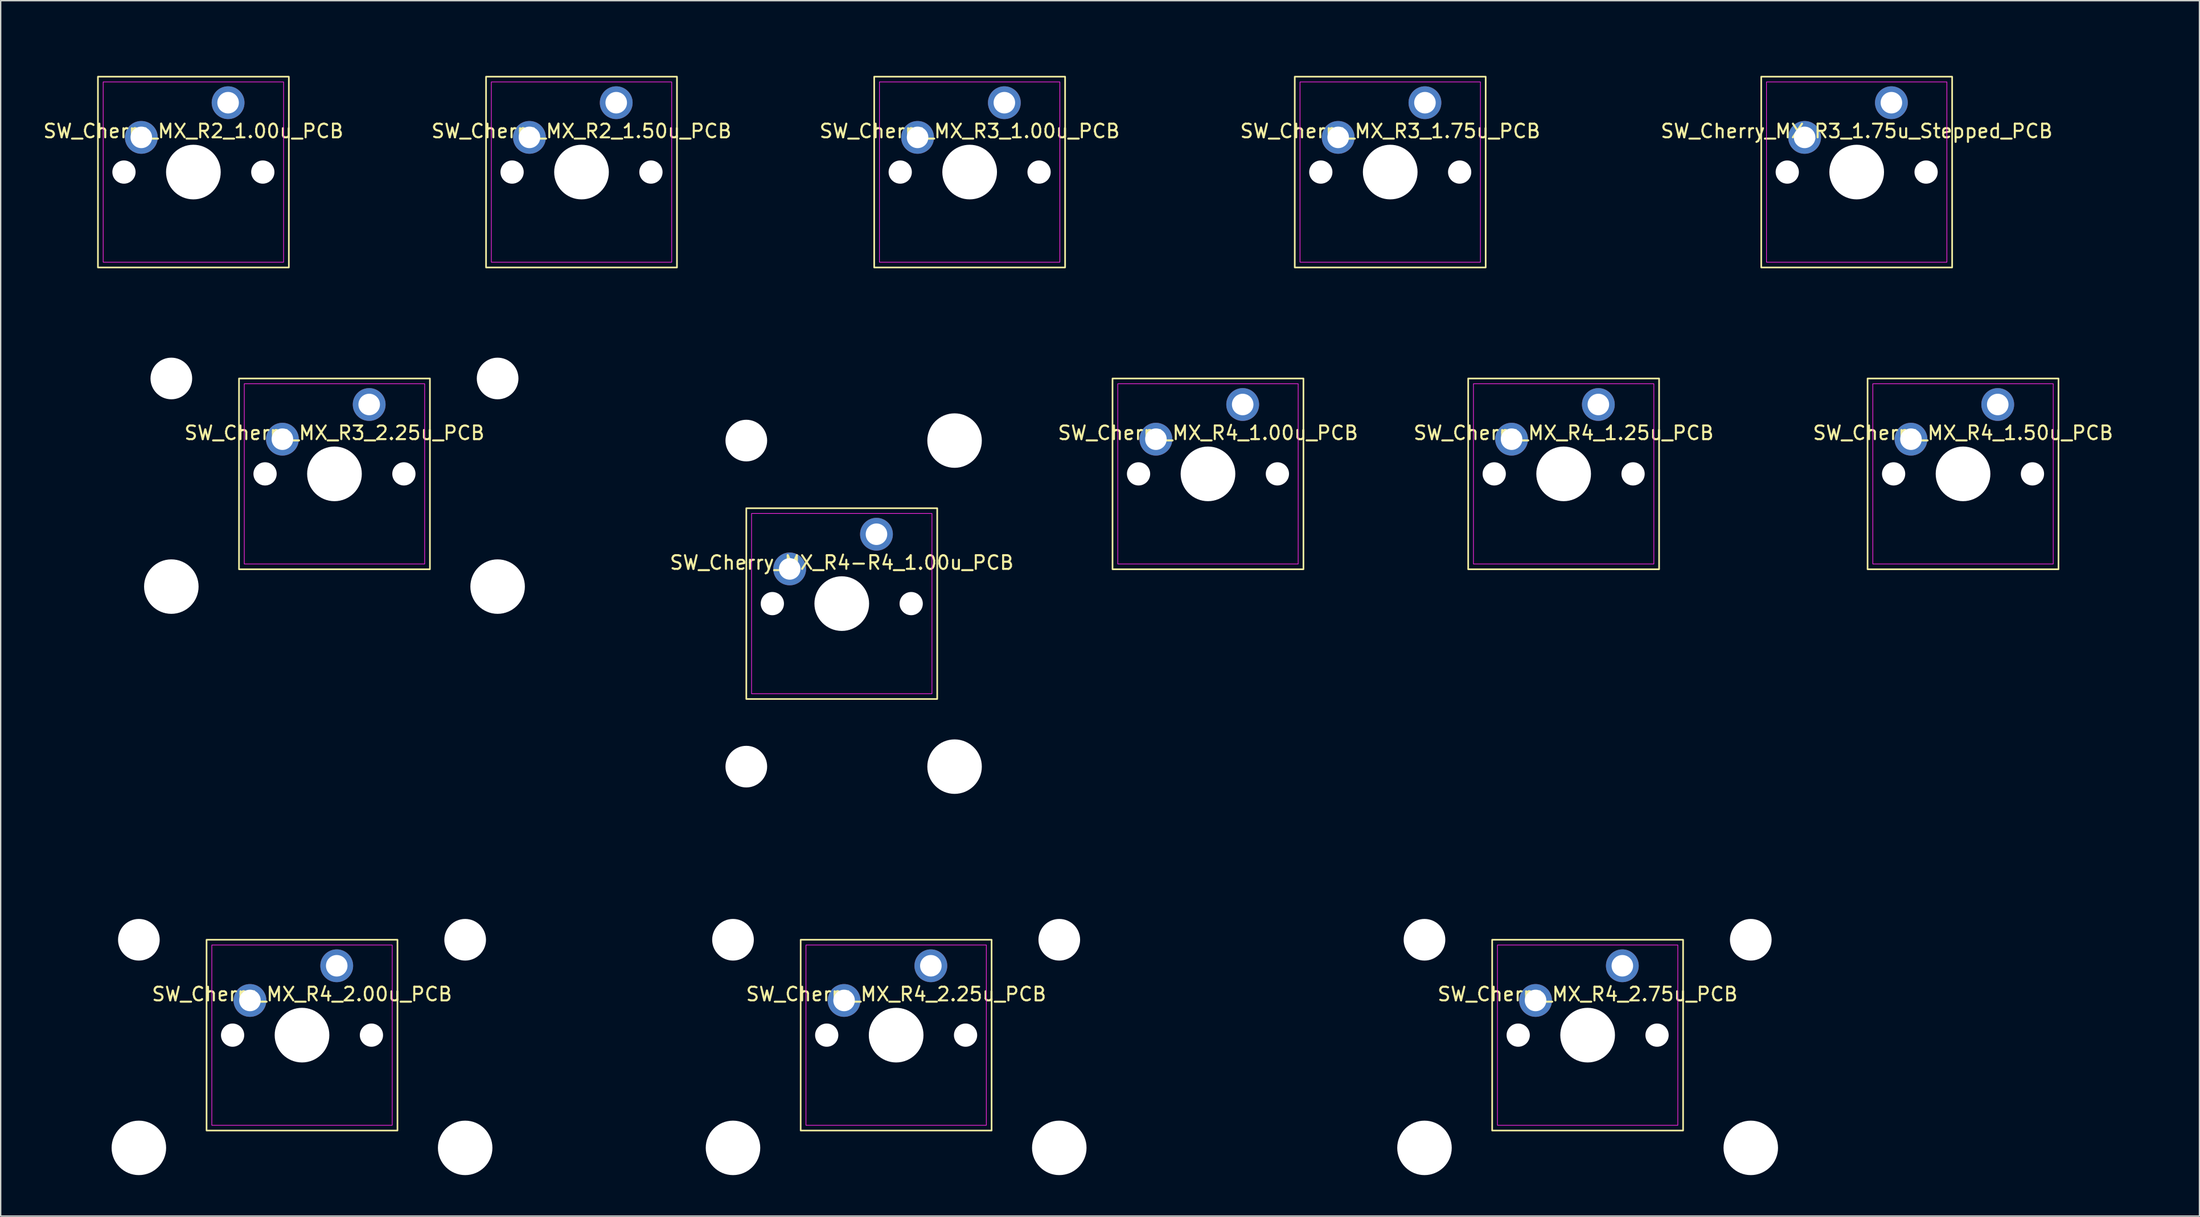
<source format=kicad_pcb>
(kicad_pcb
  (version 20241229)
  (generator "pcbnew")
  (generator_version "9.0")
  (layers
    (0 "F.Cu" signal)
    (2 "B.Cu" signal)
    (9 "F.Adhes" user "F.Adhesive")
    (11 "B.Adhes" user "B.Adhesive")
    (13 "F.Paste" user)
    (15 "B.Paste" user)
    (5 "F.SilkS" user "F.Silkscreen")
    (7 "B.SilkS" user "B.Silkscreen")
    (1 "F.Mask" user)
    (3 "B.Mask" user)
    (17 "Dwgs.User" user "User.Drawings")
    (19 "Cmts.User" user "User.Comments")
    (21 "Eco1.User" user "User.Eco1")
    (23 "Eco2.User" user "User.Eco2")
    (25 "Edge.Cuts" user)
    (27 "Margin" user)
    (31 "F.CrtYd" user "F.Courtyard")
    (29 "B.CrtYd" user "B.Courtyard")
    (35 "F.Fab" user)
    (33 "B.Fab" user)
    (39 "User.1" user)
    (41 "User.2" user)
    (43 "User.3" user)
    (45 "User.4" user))
  (footprint "SW_Cherry_MX_R3_2.25u_PCB"
    (layer "F.Cu")
    (at 21.425 31.65)
    (property "Reference" "SW_Cherry_MX_R3_2.25u_PCB" (at 0 -3 0) (layer "F.SilkS") (effects (font (size 1 1) (thickness 0.15))))
    (attr through_hole)
    (fp_rect (start -6.985 -6.985) (end 6.985 6.985) (stroke (width 0.12) (type default)) (fill no) (layer "F.SilkS"))
    (fp_rect (start -6.6 -6.6) (end 6.6 6.6) (stroke (width 0.05) (type default)) (fill no) (layer "F.CrtYd"))
    (fp_rect (start -21.375 -9.5) (end 21.375 9.5) (stroke (width 0.1) (type solid)) (fill no) (layer "User.1"))
    (pad "" np_thru_hole circle (at -11.938 -6.985) (size 3.048 3.048) (drill 3.048) (layers "*.Cu" "*.Mask"))
    (pad "" np_thru_hole circle (at -11.938 8.255) (size 3.988 3.988) (drill 3.988) (layers "*.Cu" "*.Mask"))
    (pad "" np_thru_hole circle (at -5.08 0) (size 1.7 1.7) (drill 1.7) (layers "*.Cu" "*.Mask"))
    (pad "" np_thru_hole circle (at 0 0) (size 4 4) (drill 4) (layers "*.Cu" "*.Mask"))
    (pad "" np_thru_hole circle (at 5.08 0) (size 1.7 1.7) (drill 1.7) (layers "*.Cu" "*.Mask"))
    (pad "" np_thru_hole circle (at 11.938 -6.985) (size 3.048 3.048) (drill 3.048) (layers "*.Cu" "*.Mask"))
    (pad "" np_thru_hole circle (at 11.938 8.255) (size 3.988 3.988) (drill 3.988) (layers "*.Cu" "*.Mask"))
    (pad "1" thru_hole circle (at 2.54 -5.08) (size 2.4 2.4) (drill 1.575) (layers "*.Cu" "*.Mask"))
    (pad "2" thru_hole circle (at -3.81 -2.54) (size 2.4 2.4) (drill 1.575) (layers "*.Cu" "*.Mask")))
  (footprint "SW_Cherry_MX_R3_1.00u_PCB"
    (layer "F.Cu")
    (at 67.904 9.55)
    (property "Reference" "SW_Cherry_MX_R3_1.00u_PCB" (at 0 -3 0) (layer "F.SilkS") (effects (font (size 1 1) (thickness 0.15))))
    (attr through_hole)
    (fp_rect (start -6.985 -6.985) (end 6.985 6.985) (stroke (width 0.12) (type default)) (fill no) (layer "F.SilkS"))
    (fp_rect (start -6.6 -6.6) (end 6.6 6.6) (stroke (width 0.05) (type default)) (fill no) (layer "F.CrtYd"))
    (fp_rect (start -9.5 -9.5) (end 9.5 9.5) (stroke (width 0.1) (type default)) (fill no) (layer "User.1"))
    (pad "" np_thru_hole circle (at -5.08 0) (size 1.7 1.7) (drill 1.7) (layers "*.Cu" "*.Mask"))
    (pad "" np_thru_hole circle (at 0 0) (size 4 4) (drill 4) (layers "*.Cu" "*.Mask"))
    (pad "" np_thru_hole circle (at 5.08 0) (size 1.7 1.7) (drill 1.7) (layers "*.Cu" "*.Mask"))
    (pad "1" thru_hole circle (at 2.54 -5.08) (size 2.4 2.4) (drill 1.575) (layers "*.Cu" "*.Mask"))
    (pad "2" thru_hole circle (at -3.81 -2.54) (size 2.4 2.4) (drill 1.575) (layers "*.Cu" "*.Mask")))
  (footprint "SW_Cherry_MX_R4_2.25u_PCB"
    (layer "F.Cu")
    (at 62.525 72.75)
    (property "Reference" "SW_Cherry_MX_R4_2.25u_PCB" (at 0 -3 0) (layer "F.SilkS") (effects (font (size 1 1) (thickness 0.15))))
    (attr through_hole)
    (fp_rect (start -6.985 -6.985) (end 6.985 6.985) (stroke (width 0.12) (type default)) (fill no) (layer "F.SilkS"))
    (fp_rect (start -6.6 -6.6) (end 6.6 6.6) (stroke (width 0.05) (type default)) (fill no) (layer "F.CrtYd"))
    (fp_rect (start -21.375 -9.5) (end 21.375 9.5) (stroke (width 0.1) (type solid)) (fill no) (layer "User.1"))
    (pad "" np_thru_hole circle (at -11.938 -6.985) (size 3.048 3.048) (drill 3.048) (layers "*.Cu" "*.Mask"))
    (pad "" np_thru_hole circle (at -11.938 8.255) (size 3.988 3.988) (drill 3.988) (layers "*.Cu" "*.Mask"))
    (pad "" np_thru_hole circle (at -5.08 0) (size 1.7 1.7) (drill 1.7) (layers "*.Cu" "*.Mask"))
    (pad "" np_thru_hole circle (at 0 0) (size 4 4) (drill 4) (layers "*.Cu" "*.Mask"))
    (pad "" np_thru_hole circle (at 5.08 0) (size 1.7 1.7) (drill 1.7) (layers "*.Cu" "*.Mask"))
    (pad "" np_thru_hole circle (at 11.938 -6.985) (size 3.048 3.048) (drill 3.048) (layers "*.Cu" "*.Mask"))
    (pad "" np_thru_hole circle (at 11.938 8.255) (size 3.988 3.988) (drill 3.988) (layers "*.Cu" "*.Mask"))
    (pad "1" thru_hole circle (at 2.54 -5.08) (size 2.4 2.4) (drill 1.575) (layers "*.Cu" "*.Mask"))
    (pad "2" thru_hole circle (at -3.81 -2.54) (size 2.4 2.4) (drill 1.575) (layers "*.Cu" "*.Mask")))
  (footprint "SW_Cherry_MX_R3_1.75u_PCB"
    (layer "F.Cu")
    (at 98.68 9.55)
    (property "Reference" "SW_Cherry_MX_R3_1.75u_PCB" (at 0 -3 0) (layer "F.SilkS") (effects (font (size 1 1) (thickness 0.15))))
    (attr through_hole)
    (fp_rect (start -6.985 -6.985) (end 6.985 6.985) (stroke (width 0.12) (type default)) (fill no) (layer "F.SilkS"))
    (fp_rect (start -6.6 -6.6) (end 6.6 6.6) (stroke (width 0.05) (type default)) (fill no) (layer "F.CrtYd"))
    (fp_rect (start -16.625 -9.5) (end 16.625 9.5) (stroke (width 0.1) (type solid)) (fill no) (layer "User.1"))
    (pad "" np_thru_hole circle (at -5.08 0) (size 1.7 1.7) (drill 1.7) (layers "*.Cu" "*.Mask"))
    (pad "" np_thru_hole circle (at 0 0) (size 4 4) (drill 4) (layers "*.Cu" "*.Mask"))
    (pad "" np_thru_hole circle (at 5.08 0) (size 1.7 1.7) (drill 1.7) (layers "*.Cu" "*.Mask"))
    (pad "1" thru_hole circle (at 2.54 -5.08) (size 2.4 2.4) (drill 1.575) (layers "*.Cu" "*.Mask"))
    (pad "2" thru_hole circle (at -3.81 -2.54) (size 2.4 2.4) (drill 1.575) (layers "*.Cu" "*.Mask")))
  (footprint "SW_Cherry_MX_R3_1.75u_Stepped_PCB"
    (layer "F.Cu")
    (at 132.813 9.55)
    (property "Reference" "SW_Cherry_MX_R3_1.75u_Stepped_PCB" (at 0 -3 0) (layer "F.SilkS") (effects (font (size 1 1) (thickness 0.15))))
    (attr through_hole)
    (fp_rect (start -6.985 -6.985) (end 6.985 6.985) (stroke (width 0.12) (type default)) (fill no) (layer "F.SilkS"))
    (fp_rect (start -6.6 -6.6) (end 6.6 6.6) (stroke (width 0.05) (type default)) (fill no) (layer "F.CrtYd"))
    (fp_rect (start -11.875 -9.5) (end 21.375 9.5) (stroke (width 0.1) (type solid)) (fill no) (layer "User.1"))
    (pad "" np_thru_hole circle (at -5.08 0) (size 1.7 1.7) (drill 1.7) (layers "*.Cu" "*.Mask"))
    (pad "" np_thru_hole circle (at 0 0) (size 4 4) (drill 4) (layers "*.Cu" "*.Mask"))
    (pad "" np_thru_hole circle (at 5.08 0) (size 1.7 1.7) (drill 1.7) (layers "*.Cu" "*.Mask"))
    (pad "1" thru_hole circle (at 2.54 -5.08) (size 2.4 2.4) (drill 1.575) (layers "*.Cu" "*.Mask"))
    (pad "2" thru_hole circle (at -3.81 -2.54) (size 2.4 2.4) (drill 1.575) (layers "*.Cu" "*.Mask")))
  (footprint "SW_Cherry_MX_R4_2.00u_PCB"
    (layer "F.Cu")
    (at 19.05 72.75)
    (property "Reference" "SW_Cherry_MX_R4_2.00u_PCB" (at 0 -3 0) (layer "F.SilkS") (effects (font (size 1 1) (thickness 0.15))))
    (attr through_hole)
    (fp_rect (start -6.985 -6.985) (end 6.985 6.985) (stroke (width 0.12) (type default)) (fill no) (layer "F.SilkS"))
    (fp_rect (start -6.6 -6.6) (end 6.6 6.6) (stroke (width 0.05) (type default)) (fill no) (layer "F.CrtYd"))
    (fp_rect (start -19 -9.5) (end 19 9.5) (stroke (width 0.1) (type solid)) (fill no) (layer "User.1"))
    (pad "" np_thru_hole circle (at -11.938 -6.985) (size 3.048 3.048) (drill 3.048) (layers "*.Cu" "*.Mask"))
    (pad "" np_thru_hole circle (at -11.938 8.255) (size 3.988 3.988) (drill 3.988) (layers "*.Cu" "*.Mask"))
    (pad "" np_thru_hole circle (at -5.08 0) (size 1.7 1.7) (drill 1.7) (layers "*.Cu" "*.Mask"))
    (pad "" np_thru_hole circle (at 0 0) (size 4 4) (drill 4) (layers "*.Cu" "*.Mask"))
    (pad "" np_thru_hole circle (at 5.08 0) (size 1.7 1.7) (drill 1.7) (layers "*.Cu" "*.Mask"))
    (pad "" np_thru_hole circle (at 11.938 -6.985) (size 3.048 3.048) (drill 3.048) (layers "*.Cu" "*.Mask"))
    (pad "" np_thru_hole circle (at 11.938 8.255) (size 3.988 3.988) (drill 3.988) (layers "*.Cu" "*.Mask"))
    (pad "1" thru_hole circle (at 2.54 -5.08) (size 2.4 2.4) (drill 1.575) (layers "*.Cu" "*.Mask"))
    (pad "2" thru_hole circle (at -3.81 -2.54) (size 2.4 2.4) (drill 1.575) (layers "*.Cu" "*.Mask")))
  (footprint "SW_Cherry_MX_R4_1.50u_PCB"
    (layer "F.Cu")
    (at 140.595 31.65)
    (property "Reference" "SW_Cherry_MX_R4_1.50u_PCB" (at 0 -3 0) (layer "F.SilkS") (effects (font (size 1 1) (thickness 0.15))))
    (attr through_hole)
    (fp_rect (start -6.985 -6.985) (end 6.985 6.985) (stroke (width 0.12) (type default)) (fill no) (layer "F.SilkS"))
    (fp_rect (start -6.6 -6.6) (end 6.6 6.6) (stroke (width 0.05) (type default)) (fill no) (layer "F.CrtYd"))
    (fp_rect (start -14.25 -9.5) (end 14.25 9.5) (stroke (width 0.1) (type solid)) (fill no) (layer "User.1"))
    (pad "" np_thru_hole circle (at -5.08 0) (size 1.7 1.7) (drill 1.7) (layers "*.Cu" "*.Mask"))
    (pad "" np_thru_hole circle (at 0 0) (size 4 4) (drill 4) (layers "*.Cu" "*.Mask"))
    (pad "" np_thru_hole circle (at 5.08 0) (size 1.7 1.7) (drill 1.7) (layers "*.Cu" "*.Mask"))
    (pad "1" thru_hole circle (at 2.54 -5.08) (size 2.4 2.4) (drill 1.575) (layers "*.Cu" "*.Mask"))
    (pad "2" thru_hole circle (at -3.81 -2.54) (size 2.4 2.4) (drill 1.575) (layers "*.Cu" "*.Mask")))
  (footprint "SW_Cherry_MX_R4-R4_1.00u_PCB"
    (layer "F.Cu")
    (at 58.546 41.15)
    (property "Reference" "SW_Cherry_MX_R4-R4_1.00u_PCB" (at 0 -3 0) (layer "F.SilkS") (effects (font (size 1 1) (thickness 0.15))))
    (attr through_hole)
    (fp_rect (start -6.985 -6.985) (end 6.985 6.985) (stroke (width 0.12) (type default)) (fill no) (layer "F.SilkS"))
    (fp_rect (start -6.6 -6.6) (end 6.6 6.6) (stroke (width 0.05) (type default)) (fill no) (layer "F.CrtYd"))
    (fp_rect (start -9.5 -19) (end 9.5 19) (stroke (width 0.1) (type solid)) (fill no) (layer "User.1"))
    (pad "" np_thru_hole circle (at -6.985 -11.938 90) (size 3.048 3.048) (drill 3.048) (layers "*.Cu" "*.Mask"))
    (pad "" np_thru_hole circle (at -6.985 11.938 90) (size 3.048 3.048) (drill 3.048) (layers "*.Cu" "*.Mask"))
    (pad "" np_thru_hole circle (at -5.08 0) (size 1.7 1.7) (drill 1.7) (layers "*.Cu" "*.Mask"))
    (pad "" np_thru_hole circle (at 0 0) (size 4 4) (drill 4) (layers "*.Cu" "*.Mask"))
    (pad "" np_thru_hole circle (at 5.08 0) (size 1.7 1.7) (drill 1.7) (layers "*.Cu" "*.Mask"))
    (pad "" np_thru_hole circle (at 8.255 -11.938 90) (size 3.988 3.988) (drill 3.988) (layers "*.Cu" "*.Mask"))
    (pad "" np_thru_hole circle (at 8.255 11.938 90) (size 3.988 3.988) (drill 3.988) (layers "*.Cu" "*.Mask"))
    (pad "1" thru_hole circle (at 2.54 -5.08) (size 2.4 2.4) (drill 1.575) (layers "*.Cu" "*.Mask"))
    (pad "2" thru_hole circle (at -3.81 -2.54) (size 2.4 2.4) (drill 1.575) (layers "*.Cu" "*.Mask")))
  (footprint "SW_Cherry_MX_R4_1.00u_PCB"
    (layer "F.Cu")
    (at 85.344 31.65)
    (property "Reference" "SW_Cherry_MX_R4_1.00u_PCB" (at 0 -3 0) (layer "F.SilkS") (effects (font (size 1 1) (thickness 0.15))))
    (attr through_hole)
    (fp_rect (start -6.985 -6.985) (end 6.985 6.985) (stroke (width 0.12) (type default)) (fill no) (layer "F.SilkS"))
    (fp_rect (start -6.6 -6.6) (end 6.6 6.6) (stroke (width 0.05) (type default)) (fill no) (layer "F.CrtYd"))
    (fp_rect (start -9.5 -9.5) (end 9.5 9.5) (stroke (width 0.1) (type default)) (fill no) (layer "User.1"))
    (pad "" np_thru_hole circle (at -5.08 0) (size 1.7 1.7) (drill 1.7) (layers "*.Cu" "*.Mask"))
    (pad "" np_thru_hole circle (at 0 0) (size 4 4) (drill 4) (layers "*.Cu" "*.Mask"))
    (pad "" np_thru_hole circle (at 5.08 0) (size 1.7 1.7) (drill 1.7) (layers "*.Cu" "*.Mask"))
    (pad "1" thru_hole circle (at 2.54 -5.08) (size 2.4 2.4) (drill 1.575) (layers "*.Cu" "*.Mask"))
    (pad "2" thru_hole circle (at -3.81 -2.54) (size 2.4 2.4) (drill 1.575) (layers "*.Cu" "*.Mask")))
  (footprint "SW_Cherry_MX_R2_1.50u_PCB"
    (layer "F.Cu")
    (at 39.502 9.55)
    (property "Reference" "SW_Cherry_MX_R2_1.50u_PCB" (at 0 -3 0) (layer "F.SilkS") (effects (font (size 1 1) (thickness 0.15))))
    (attr through_hole)
    (fp_rect (start -6.985 -6.985) (end 6.985 6.985) (stroke (width 0.12) (type default)) (fill no) (layer "F.SilkS"))
    (fp_rect (start -6.6 -6.6) (end 6.6 6.6) (stroke (width 0.05) (type default)) (fill no) (layer "F.CrtYd"))
    (fp_rect (start -14.25 -9.5) (end 14.25 9.5) (stroke (width 0.1) (type solid)) (fill no) (layer "User.1"))
    (pad "" np_thru_hole circle (at -5.08 0) (size 1.7 1.7) (drill 1.7) (layers "*.Cu" "*.Mask"))
    (pad "" np_thru_hole circle (at 0 0) (size 4 4) (drill 4) (layers "*.Cu" "*.Mask"))
    (pad "" np_thru_hole circle (at 5.08 0) (size 1.7 1.7) (drill 1.7) (layers "*.Cu" "*.Mask"))
    (pad "1" thru_hole circle (at 2.54 -5.08) (size 2.4 2.4) (drill 1.575) (layers "*.Cu" "*.Mask"))
    (pad "2" thru_hole circle (at -3.81 -2.54) (size 2.4 2.4) (drill 1.575) (layers "*.Cu" "*.Mask")))
  (footprint "SW_Cherry_MX_R4_1.25u_PCB"
    (layer "F.Cu")
    (at 111.37 31.65)
    (property "Reference" "SW_Cherry_MX_R4_1.25u_PCB" (at 0 -3 0) (layer "F.SilkS") (effects (font (size 1 1) (thickness 0.15))))
    (attr through_hole)
    (fp_rect (start -6.985 -6.985) (end 6.985 6.985) (stroke (width 0.12) (type default)) (fill no) (layer "F.SilkS"))
    (fp_rect (start -6.6 -6.6) (end 6.6 6.6) (stroke (width 0.05) (type default)) (fill no) (layer "F.CrtYd"))
    (fp_rect (start -11.875 -9.5) (end 11.875 9.5) (stroke (width 0.1) (type solid)) (fill no) (layer "User.1"))
    (pad "" np_thru_hole circle (at -5.08 0) (size 1.7 1.7) (drill 1.7) (layers "*.Cu" "*.Mask"))
    (pad "" np_thru_hole circle (at 0 0) (size 4 4) (drill 4) (layers "*.Cu" "*.Mask"))
    (pad "" np_thru_hole circle (at 5.08 0) (size 1.7 1.7) (drill 1.7) (layers "*.Cu" "*.Mask"))
    (pad "1" thru_hole circle (at 2.54 -5.08) (size 2.4 2.4) (drill 1.575) (layers "*.Cu" "*.Mask"))
    (pad "2" thru_hole circle (at -3.81 -2.54) (size 2.4 2.4) (drill 1.575) (layers "*.Cu" "*.Mask")))
  (footprint "SW_Cherry_MX_R4_2.75u_PCB"
    (layer "F.Cu")
    (at 113.125 72.75)
    (property "Reference" "SW_Cherry_MX_R4_2.75u_PCB" (at 0 -3 0) (layer "F.SilkS") (effects (font (size 1 1) (thickness 0.15))))
    (attr through_hole)
    (fp_rect (start -6.985 -6.985) (end 6.985 6.985) (stroke (width 0.12) (type default)) (fill no) (layer "F.SilkS"))
    (fp_rect (start -6.6 -6.6) (end 6.6 6.6) (stroke (width 0.05) (type default)) (fill no) (layer "F.CrtYd"))
    (fp_rect (start -26.125 -9.5) (end 26.125 9.5) (stroke (width 0.1) (type solid)) (fill no) (layer "User.1"))
    (pad "" np_thru_hole circle (at -11.938 -6.985) (size 3.048 3.048) (drill 3.048) (layers "*.Cu" "*.Mask"))
    (pad "" np_thru_hole circle (at -11.938 8.255) (size 3.988 3.988) (drill 3.988) (layers "*.Cu" "*.Mask"))
    (pad "" np_thru_hole circle (at -5.08 0) (size 1.7 1.7) (drill 1.7) (layers "*.Cu" "*.Mask"))
    (pad "" np_thru_hole circle (at 0 0) (size 4 4) (drill 4) (layers "*.Cu" "*.Mask"))
    (pad "" np_thru_hole circle (at 5.08 0) (size 1.7 1.7) (drill 1.7) (layers "*.Cu" "*.Mask"))
    (pad "" np_thru_hole circle (at 11.938 -6.985) (size 3.048 3.048) (drill 3.048) (layers "*.Cu" "*.Mask"))
    (pad "" np_thru_hole circle (at 11.938 8.255) (size 3.988 3.988) (drill 3.988) (layers "*.Cu" "*.Mask"))
    (pad "1" thru_hole circle (at 2.54 -5.08) (size 2.4 2.4) (drill 1.575) (layers "*.Cu" "*.Mask"))
    (pad "2" thru_hole circle (at -3.81 -2.54) (size 2.4 2.4) (drill 1.575) (layers "*.Cu" "*.Mask")))
  (footprint "SW_Cherry_MX_R2_1.00u_PCB"
    (layer "F.Cu")
    (at 11.101 9.55)
    (property "Reference" "SW_Cherry_MX_R2_1.00u_PCB" (at 0 -3 0) (layer "F.SilkS") (effects (font (size 1 1) (thickness 0.15))))
    (attr through_hole)
    (fp_rect (start -6.985 -6.985) (end 6.985 6.985) (stroke (width 0.12) (type default)) (fill no) (layer "F.SilkS"))
    (fp_rect (start -6.6 -6.6) (end 6.6 6.6) (stroke (width 0.05) (type default)) (fill no) (layer "F.CrtYd"))
    (fp_rect (start -9.5 -9.5) (end 9.5 9.5) (stroke (width 0.1) (type default)) (fill no) (layer "User.1"))
    (pad "" np_thru_hole circle (at -5.08 0) (size 1.7 1.7) (drill 1.7) (layers "*.Cu" "*.Mask"))
    (pad "" np_thru_hole circle (at 0 0) (size 4 4) (drill 4) (layers "*.Cu" "*.Mask"))
    (pad "" np_thru_hole circle (at 5.08 0) (size 1.7 1.7) (drill 1.7) (layers "*.Cu" "*.Mask"))
    (pad "1" thru_hole circle (at 2.54 -5.08) (size 2.4 2.4) (drill 1.575) (layers "*.Cu" "*.Mask"))
    (pad "2" thru_hole circle (at -3.81 -2.54) (size 2.4 2.4) (drill 1.575) (layers "*.Cu" "*.Mask")))
  (gr_rect
    (start -3 -3)
    (end 157.895 85.999)
    (stroke (width 0.1) (type default))
    (fill no)
    (layer "Edge.Cuts")))
</source>
